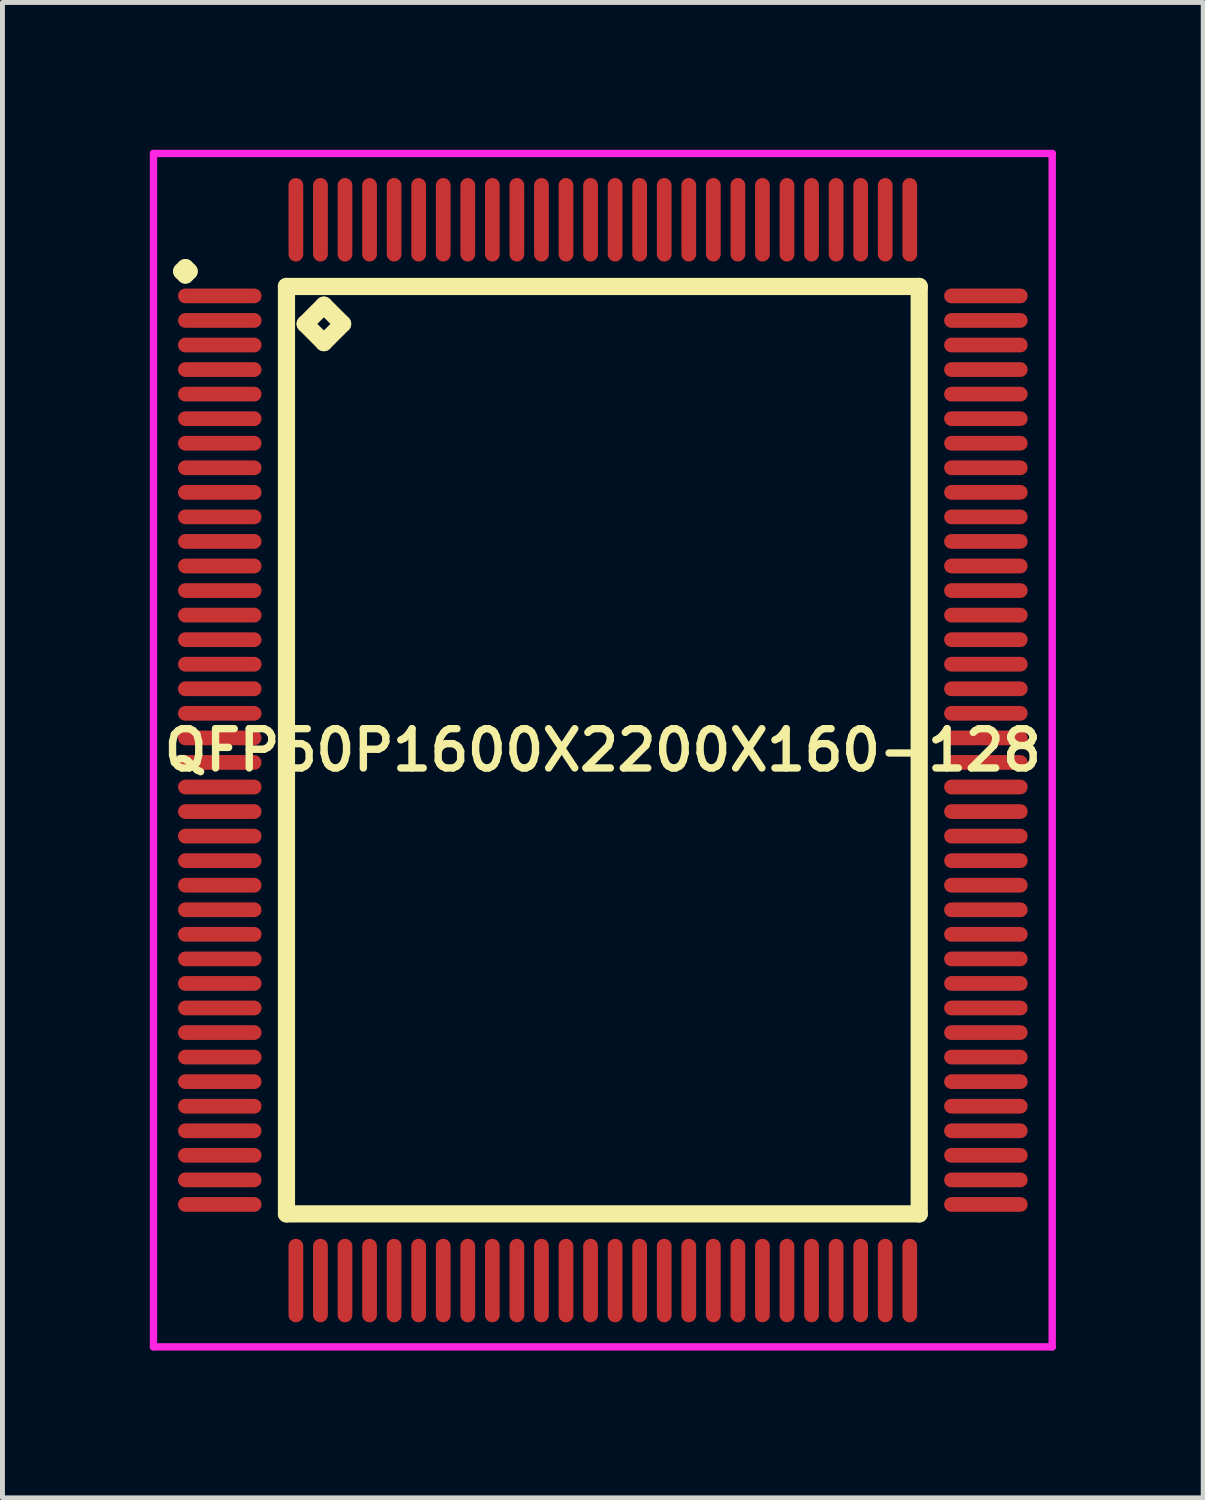
<source format=kicad_pcb>
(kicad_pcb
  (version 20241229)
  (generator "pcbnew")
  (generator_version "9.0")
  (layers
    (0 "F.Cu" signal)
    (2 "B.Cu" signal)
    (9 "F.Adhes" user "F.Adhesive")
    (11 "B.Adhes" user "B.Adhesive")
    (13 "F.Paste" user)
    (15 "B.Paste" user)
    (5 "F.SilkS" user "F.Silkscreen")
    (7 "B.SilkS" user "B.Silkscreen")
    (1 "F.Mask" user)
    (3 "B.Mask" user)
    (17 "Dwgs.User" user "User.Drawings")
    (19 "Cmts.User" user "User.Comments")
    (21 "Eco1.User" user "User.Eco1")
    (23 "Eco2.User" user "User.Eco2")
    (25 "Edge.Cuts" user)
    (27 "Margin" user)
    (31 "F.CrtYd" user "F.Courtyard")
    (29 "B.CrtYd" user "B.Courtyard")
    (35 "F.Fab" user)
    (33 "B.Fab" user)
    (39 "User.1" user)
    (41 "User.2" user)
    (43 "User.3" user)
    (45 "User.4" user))
  (footprint "QFP50P1600X2200X160-128"
    (layer "F.Cu")
    (at 9.225 12.225)
    (property "Reference" "QFP50P1600X2200X160-128" (at 0 0 0) (layer "F.SilkS") (effects (font (size 0.8 0.8) (thickness 0.15))))
    (attr smd)
    (fp_line (start -8.575 -9.75) (end -8.5 -9.825) (stroke (width 0.35) (type solid)) (layer "F.SilkS"))
    (fp_line (start -8.5 -9.825) (end -8.425 -9.75) (stroke (width 0.35) (type solid)) (layer "F.SilkS"))
    (fp_line (start -8.5 -9.675) (end -8.575 -9.75) (stroke (width 0.35) (type solid)) (layer "F.SilkS"))
    (fp_line (start -8.425 -9.75) (end -8.5 -9.675) (stroke (width 0.35) (type solid)) (layer "F.SilkS"))
    (fp_line (start -6.442 -9.442) (end -6.442 9.442) (stroke (width 0.35) (type solid)) (layer "F.SilkS"))
    (fp_line (start -6.442 9.442) (end 6.442 9.442) (stroke (width 0.35) (type solid)) (layer "F.SilkS"))
    (fp_line (start -6.061 -8.68) (end -5.68 -9.061) (stroke (width 0.35) (type solid)) (layer "F.SilkS"))
    (fp_line (start -5.68 -9.061) (end -5.299 -8.68) (stroke (width 0.35) (type solid)) (layer "F.SilkS"))
    (fp_line (start -5.68 -8.299) (end -6.061 -8.68) (stroke (width 0.35) (type solid)) (layer "F.SilkS"))
    (fp_line (start -5.299 -8.68) (end -5.68 -8.299) (stroke (width 0.35) (type solid)) (layer "F.SilkS"))
    (fp_line (start 6.442 -9.442) (end -6.442 -9.442) (stroke (width 0.35) (type solid)) (layer "F.SilkS"))
    (fp_line (start 6.442 9.442) (end 6.442 -9.442) (stroke (width 0.35) (type solid)) (layer "F.SilkS"))
    (fp_line (start -9.15 -12.15) (end 9.15 -12.15) (stroke (width 0.15) (type solid)) (layer "F.CrtYd"))
    (fp_line (start -9.15 12.15) (end -9.15 -12.15) (stroke (width 0.15) (type solid)) (layer "F.CrtYd"))
    (fp_line (start 9.15 -12.15) (end 9.15 12.15) (stroke (width 0.15) (type solid)) (layer "F.CrtYd"))
    (fp_line (start 9.15 12.15) (end -9.15 12.15) (stroke (width 0.15) (type solid)) (layer "F.CrtYd"))
    (pad "1" smd oval (at -7.8 -9.25) (size 1.7 0.3) (layers "F.Cu" "F.Mask" "F.Paste"))
    (pad "2" smd oval (at -7.8 -8.75) (size 1.7 0.3) (layers "F.Cu" "F.Mask" "F.Paste"))
    (pad "3" smd oval (at -7.8 -8.25) (size 1.7 0.3) (layers "F.Cu" "F.Mask" "F.Paste"))
    (pad "4" smd oval (at -7.8 -7.75) (size 1.7 0.3) (layers "F.Cu" "F.Mask" "F.Paste"))
    (pad "5" smd oval (at -7.8 -7.25) (size 1.7 0.3) (layers "F.Cu" "F.Mask" "F.Paste"))
    (pad "6" smd oval (at -7.8 -6.75) (size 1.7 0.3) (layers "F.Cu" "F.Mask" "F.Paste"))
    (pad "7" smd oval (at -7.8 -6.25) (size 1.7 0.3) (layers "F.Cu" "F.Mask" "F.Paste"))
    (pad "8" smd oval (at -7.8 -5.75) (size 1.7 0.3) (layers "F.Cu" "F.Mask" "F.Paste"))
    (pad "9" smd oval (at -7.8 -5.25) (size 1.7 0.3) (layers "F.Cu" "F.Mask" "F.Paste"))
    (pad "10" smd oval (at -7.8 -4.75) (size 1.7 0.3) (layers "F.Cu" "F.Mask" "F.Paste"))
    (pad "11" smd oval (at -7.8 -4.25) (size 1.7 0.3) (layers "F.Cu" "F.Mask" "F.Paste"))
    (pad "12" smd oval (at -7.8 -3.75) (size 1.7 0.3) (layers "F.Cu" "F.Mask" "F.Paste"))
    (pad "13" smd oval (at -7.8 -3.25) (size 1.7 0.3) (layers "F.Cu" "F.Mask" "F.Paste"))
    (pad "14" smd oval (at -7.8 -2.75) (size 1.7 0.3) (layers "F.Cu" "F.Mask" "F.Paste"))
    (pad "15" smd oval (at -7.8 -2.25) (size 1.7 0.3) (layers "F.Cu" "F.Mask" "F.Paste"))
    (pad "16" smd oval (at -7.8 -1.75) (size 1.7 0.3) (layers "F.Cu" "F.Mask" "F.Paste"))
    (pad "17" smd oval (at -7.8 -1.25) (size 1.7 0.3) (layers "F.Cu" "F.Mask" "F.Paste"))
    (pad "18" smd oval (at -7.8 -0.75) (size 1.7 0.3) (layers "F.Cu" "F.Mask" "F.Paste"))
    (pad "19" smd oval (at -7.8 -0.25) (size 1.7 0.3) (layers "F.Cu" "F.Mask" "F.Paste"))
    (pad "20" smd oval (at -7.8 0.25) (size 1.7 0.3) (layers "F.Cu" "F.Mask" "F.Paste"))
    (pad "21" smd oval (at -7.8 0.75) (size 1.7 0.3) (layers "F.Cu" "F.Mask" "F.Paste"))
    (pad "22" smd oval (at -7.8 1.25) (size 1.7 0.3) (layers "F.Cu" "F.Mask" "F.Paste"))
    (pad "23" smd oval (at -7.8 1.75) (size 1.7 0.3) (layers "F.Cu" "F.Mask" "F.Paste"))
    (pad "24" smd oval (at -7.8 2.25) (size 1.7 0.3) (layers "F.Cu" "F.Mask" "F.Paste"))
    (pad "25" smd oval (at -7.8 2.75) (size 1.7 0.3) (layers "F.Cu" "F.Mask" "F.Paste"))
    (pad "26" smd oval (at -7.8 3.25) (size 1.7 0.3) (layers "F.Cu" "F.Mask" "F.Paste"))
    (pad "27" smd oval (at -7.8 3.75) (size 1.7 0.3) (layers "F.Cu" "F.Mask" "F.Paste"))
    (pad "28" smd oval (at -7.8 4.25) (size 1.7 0.3) (layers "F.Cu" "F.Mask" "F.Paste"))
    (pad "29" smd oval (at -7.8 4.75) (size 1.7 0.3) (layers "F.Cu" "F.Mask" "F.Paste"))
    (pad "30" smd oval (at -7.8 5.25) (size 1.7 0.3) (layers "F.Cu" "F.Mask" "F.Paste"))
    (pad "31" smd oval (at -7.8 5.75) (size 1.7 0.3) (layers "F.Cu" "F.Mask" "F.Paste"))
    (pad "32" smd oval (at -7.8 6.25) (size 1.7 0.3) (layers "F.Cu" "F.Mask" "F.Paste"))
    (pad "33" smd oval (at -7.8 6.75) (size 1.7 0.3) (layers "F.Cu" "F.Mask" "F.Paste"))
    (pad "34" smd oval (at -7.8 7.25) (size 1.7 0.3) (layers "F.Cu" "F.Mask" "F.Paste"))
    (pad "35" smd oval (at -7.8 7.75) (size 1.7 0.3) (layers "F.Cu" "F.Mask" "F.Paste"))
    (pad "36" smd oval (at -7.8 8.25) (size 1.7 0.3) (layers "F.Cu" "F.Mask" "F.Paste"))
    (pad "37" smd oval (at -7.8 8.75) (size 1.7 0.3) (layers "F.Cu" "F.Mask" "F.Paste"))
    (pad "38" smd oval (at -7.8 9.25) (size 1.7 0.3) (layers "F.Cu" "F.Mask" "F.Paste"))
    (pad "39" smd oval (at -6.25 10.8) (size 0.3 1.7) (layers "F.Cu" "F.Mask" "F.Paste"))
    (pad "40" smd oval (at -5.75 10.8) (size 0.3 1.7) (layers "F.Cu" "F.Mask" "F.Paste"))
    (pad "41" smd oval (at -5.25 10.8) (size 0.3 1.7) (layers "F.Cu" "F.Mask" "F.Paste"))
    (pad "42" smd oval (at -4.75 10.8) (size 0.3 1.7) (layers "F.Cu" "F.Mask" "F.Paste"))
    (pad "43" smd oval (at -4.25 10.8) (size 0.3 1.7) (layers "F.Cu" "F.Mask" "F.Paste"))
    (pad "44" smd oval (at -3.75 10.8) (size 0.3 1.7) (layers "F.Cu" "F.Mask" "F.Paste"))
    (pad "45" smd oval (at -3.25 10.8) (size 0.3 1.7) (layers "F.Cu" "F.Mask" "F.Paste"))
    (pad "46" smd oval (at -2.75 10.8) (size 0.3 1.7) (layers "F.Cu" "F.Mask" "F.Paste"))
    (pad "47" smd oval (at -2.25 10.8) (size 0.3 1.7) (layers "F.Cu" "F.Mask" "F.Paste"))
    (pad "48" smd oval (at -1.75 10.8) (size 0.3 1.7) (layers "F.Cu" "F.Mask" "F.Paste"))
    (pad "49" smd oval (at -1.25 10.8) (size 0.3 1.7) (layers "F.Cu" "F.Mask" "F.Paste"))
    (pad "50" smd oval (at -0.75 10.8) (size 0.3 1.7) (layers "F.Cu" "F.Mask" "F.Paste"))
    (pad "51" smd oval (at -0.25 10.8) (size 0.3 1.7) (layers "F.Cu" "F.Mask" "F.Paste"))
    (pad "52" smd oval (at 0.25 10.8) (size 0.3 1.7) (layers "F.Cu" "F.Mask" "F.Paste"))
    (pad "53" smd oval (at 0.75 10.8) (size 0.3 1.7) (layers "F.Cu" "F.Mask" "F.Paste"))
    (pad "54" smd oval (at 1.25 10.8) (size 0.3 1.7) (layers "F.Cu" "F.Mask" "F.Paste"))
    (pad "55" smd oval (at 1.75 10.8) (size 0.3 1.7) (layers "F.Cu" "F.Mask" "F.Paste"))
    (pad "56" smd oval (at 2.25 10.8) (size 0.3 1.7) (layers "F.Cu" "F.Mask" "F.Paste"))
    (pad "57" smd oval (at 2.75 10.8) (size 0.3 1.7) (layers "F.Cu" "F.Mask" "F.Paste"))
    (pad "58" smd oval (at 3.25 10.8) (size 0.3 1.7) (layers "F.Cu" "F.Mask" "F.Paste"))
    (pad "59" smd oval (at 3.75 10.8) (size 0.3 1.7) (layers "F.Cu" "F.Mask" "F.Paste"))
    (pad "60" smd oval (at 4.25 10.8) (size 0.3 1.7) (layers "F.Cu" "F.Mask" "F.Paste"))
    (pad "61" smd oval (at 4.75 10.8) (size 0.3 1.7) (layers "F.Cu" "F.Mask" "F.Paste"))
    (pad "62" smd oval (at 5.25 10.8) (size 0.3 1.7) (layers "F.Cu" "F.Mask" "F.Paste"))
    (pad "63" smd oval (at 5.75 10.8) (size 0.3 1.7) (layers "F.Cu" "F.Mask" "F.Paste"))
    (pad "64" smd oval (at 6.25 10.8) (size 0.3 1.7) (layers "F.Cu" "F.Mask" "F.Paste"))
    (pad "65" smd oval (at 7.8 9.25) (size 1.7 0.3) (layers "F.Cu" "F.Mask" "F.Paste"))
    (pad "66" smd oval (at 7.8 8.75) (size 1.7 0.3) (layers "F.Cu" "F.Mask" "F.Paste"))
    (pad "67" smd oval (at 7.8 8.25) (size 1.7 0.3) (layers "F.Cu" "F.Mask" "F.Paste"))
    (pad "68" smd oval (at 7.8 7.75) (size 1.7 0.3) (layers "F.Cu" "F.Mask" "F.Paste"))
    (pad "69" smd oval (at 7.8 7.25) (size 1.7 0.3) (layers "F.Cu" "F.Mask" "F.Paste"))
    (pad "70" smd oval (at 7.8 6.75) (size 1.7 0.3) (layers "F.Cu" "F.Mask" "F.Paste"))
    (pad "71" smd oval (at 7.8 6.25) (size 1.7 0.3) (layers "F.Cu" "F.Mask" "F.Paste"))
    (pad "72" smd oval (at 7.8 5.75) (size 1.7 0.3) (layers "F.Cu" "F.Mask" "F.Paste"))
    (pad "73" smd oval (at 7.8 5.25) (size 1.7 0.3) (layers "F.Cu" "F.Mask" "F.Paste"))
    (pad "74" smd oval (at 7.8 4.75) (size 1.7 0.3) (layers "F.Cu" "F.Mask" "F.Paste"))
    (pad "75" smd oval (at 7.8 4.25) (size 1.7 0.3) (layers "F.Cu" "F.Mask" "F.Paste"))
    (pad "76" smd oval (at 7.8 3.75) (size 1.7 0.3) (layers "F.Cu" "F.Mask" "F.Paste"))
    (pad "77" smd oval (at 7.8 3.25) (size 1.7 0.3) (layers "F.Cu" "F.Mask" "F.Paste"))
    (pad "78" smd oval (at 7.8 2.75) (size 1.7 0.3) (layers "F.Cu" "F.Mask" "F.Paste"))
    (pad "79" smd oval (at 7.8 2.25) (size 1.7 0.3) (layers "F.Cu" "F.Mask" "F.Paste"))
    (pad "80" smd oval (at 7.8 1.75) (size 1.7 0.3) (layers "F.Cu" "F.Mask" "F.Paste"))
    (pad "81" smd oval (at 7.8 1.25) (size 1.7 0.3) (layers "F.Cu" "F.Mask" "F.Paste"))
    (pad "82" smd oval (at 7.8 0.75) (size 1.7 0.3) (layers "F.Cu" "F.Mask" "F.Paste"))
    (pad "83" smd oval (at 7.8 0.25) (size 1.7 0.3) (layers "F.Cu" "F.Mask" "F.Paste"))
    (pad "84" smd oval (at 7.8 -0.25) (size 1.7 0.3) (layers "F.Cu" "F.Mask" "F.Paste"))
    (pad "85" smd oval (at 7.8 -0.75) (size 1.7 0.3) (layers "F.Cu" "F.Mask" "F.Paste"))
    (pad "86" smd oval (at 7.8 -1.25) (size 1.7 0.3) (layers "F.Cu" "F.Mask" "F.Paste"))
    (pad "87" smd oval (at 7.8 -1.75) (size 1.7 0.3) (layers "F.Cu" "F.Mask" "F.Paste"))
    (pad "88" smd oval (at 7.8 -2.25) (size 1.7 0.3) (layers "F.Cu" "F.Mask" "F.Paste"))
    (pad "89" smd oval (at 7.8 -2.75) (size 1.7 0.3) (layers "F.Cu" "F.Mask" "F.Paste"))
    (pad "90" smd oval (at 7.8 -3.25) (size 1.7 0.3) (layers "F.Cu" "F.Mask" "F.Paste"))
    (pad "91" smd oval (at 7.8 -3.75) (size 1.7 0.3) (layers "F.Cu" "F.Mask" "F.Paste"))
    (pad "92" smd oval (at 7.8 -4.25) (size 1.7 0.3) (layers "F.Cu" "F.Mask" "F.Paste"))
    (pad "93" smd oval (at 7.8 -4.75) (size 1.7 0.3) (layers "F.Cu" "F.Mask" "F.Paste"))
    (pad "94" smd oval (at 7.8 -5.25) (size 1.7 0.3) (layers "F.Cu" "F.Mask" "F.Paste"))
    (pad "95" smd oval (at 7.8 -5.75) (size 1.7 0.3) (layers "F.Cu" "F.Mask" "F.Paste"))
    (pad "96" smd oval (at 7.8 -6.25) (size 1.7 0.3) (layers "F.Cu" "F.Mask" "F.Paste"))
    (pad "97" smd oval (at 7.8 -6.75) (size 1.7 0.3) (layers "F.Cu" "F.Mask" "F.Paste"))
    (pad "98" smd oval (at 7.8 -7.25) (size 1.7 0.3) (layers "F.Cu" "F.Mask" "F.Paste"))
    (pad "99" smd oval (at 7.8 -7.75) (size 1.7 0.3) (layers "F.Cu" "F.Mask" "F.Paste"))
    (pad "100" smd oval (at 7.8 -8.25) (size 1.7 0.3) (layers "F.Cu" "F.Mask" "F.Paste"))
    (pad "101" smd oval (at 7.8 -8.75) (size 1.7 0.3) (layers "F.Cu" "F.Mask" "F.Paste"))
    (pad "102" smd oval (at 7.8 -9.25) (size 1.7 0.3) (layers "F.Cu" "F.Mask" "F.Paste"))
    (pad "103" smd oval (at 6.25 -10.8) (size 0.3 1.7) (layers "F.Cu" "F.Mask" "F.Paste"))
    (pad "104" smd oval (at 5.75 -10.8) (size 0.3 1.7) (layers "F.Cu" "F.Mask" "F.Paste"))
    (pad "105" smd oval (at 5.25 -10.8) (size 0.3 1.7) (layers "F.Cu" "F.Mask" "F.Paste"))
    (pad "106" smd oval (at 4.75 -10.8) (size 0.3 1.7) (layers "F.Cu" "F.Mask" "F.Paste"))
    (pad "107" smd oval (at 4.25 -10.8) (size 0.3 1.7) (layers "F.Cu" "F.Mask" "F.Paste"))
    (pad "108" smd oval (at 3.75 -10.8) (size 0.3 1.7) (layers "F.Cu" "F.Mask" "F.Paste"))
    (pad "109" smd oval (at 3.25 -10.8) (size 0.3 1.7) (layers "F.Cu" "F.Mask" "F.Paste"))
    (pad "110" smd oval (at 2.75 -10.8) (size 0.3 1.7) (layers "F.Cu" "F.Mask" "F.Paste"))
    (pad "111" smd oval (at 2.25 -10.8) (size 0.3 1.7) (layers "F.Cu" "F.Mask" "F.Paste"))
    (pad "112" smd oval (at 1.75 -10.8) (size 0.3 1.7) (layers "F.Cu" "F.Mask" "F.Paste"))
    (pad "113" smd oval (at 1.25 -10.8) (size 0.3 1.7) (layers "F.Cu" "F.Mask" "F.Paste"))
    (pad "114" smd oval (at 0.75 -10.8) (size 0.3 1.7) (layers "F.Cu" "F.Mask" "F.Paste"))
    (pad "115" smd oval (at 0.25 -10.8) (size 0.3 1.7) (layers "F.Cu" "F.Mask" "F.Paste"))
    (pad "116" smd oval (at -0.25 -10.8) (size 0.3 1.7) (layers "F.Cu" "F.Mask" "F.Paste"))
    (pad "117" smd oval (at -0.75 -10.8) (size 0.3 1.7) (layers "F.Cu" "F.Mask" "F.Paste"))
    (pad "118" smd oval (at -1.25 -10.8) (size 0.3 1.7) (layers "F.Cu" "F.Mask" "F.Paste"))
    (pad "119" smd oval (at -1.75 -10.8) (size 0.3 1.7) (layers "F.Cu" "F.Mask" "F.Paste"))
    (pad "120" smd oval (at -2.25 -10.8) (size 0.3 1.7) (layers "F.Cu" "F.Mask" "F.Paste"))
    (pad "121" smd oval (at -2.75 -10.8) (size 0.3 1.7) (layers "F.Cu" "F.Mask" "F.Paste"))
    (pad "122" smd oval (at -3.25 -10.8) (size 0.3 1.7) (layers "F.Cu" "F.Mask" "F.Paste"))
    (pad "123" smd oval (at -3.75 -10.8) (size 0.3 1.7) (layers "F.Cu" "F.Mask" "F.Paste"))
    (pad "124" smd oval (at -4.25 -10.8) (size 0.3 1.7) (layers "F.Cu" "F.Mask" "F.Paste"))
    (pad "125" smd oval (at -4.75 -10.8) (size 0.3 1.7) (layers "F.Cu" "F.Mask" "F.Paste"))
    (pad "126" smd oval (at -5.25 -10.8) (size 0.3 1.7) (layers "F.Cu" "F.Mask" "F.Paste"))
    (pad "127" smd oval (at -5.75 -10.8) (size 0.3 1.7) (layers "F.Cu" "F.Mask" "F.Paste"))
    (pad "128" smd oval (at -6.25 -10.8) (size 0.3 1.7) (layers "F.Cu" "F.Mask" "F.Paste")))
  (gr_rect
    (start -3 -3)
    (end 21.45 27.45)
    (stroke (width 0.1) (type default))
    (fill no)
    (layer "Edge.Cuts")))
</source>
